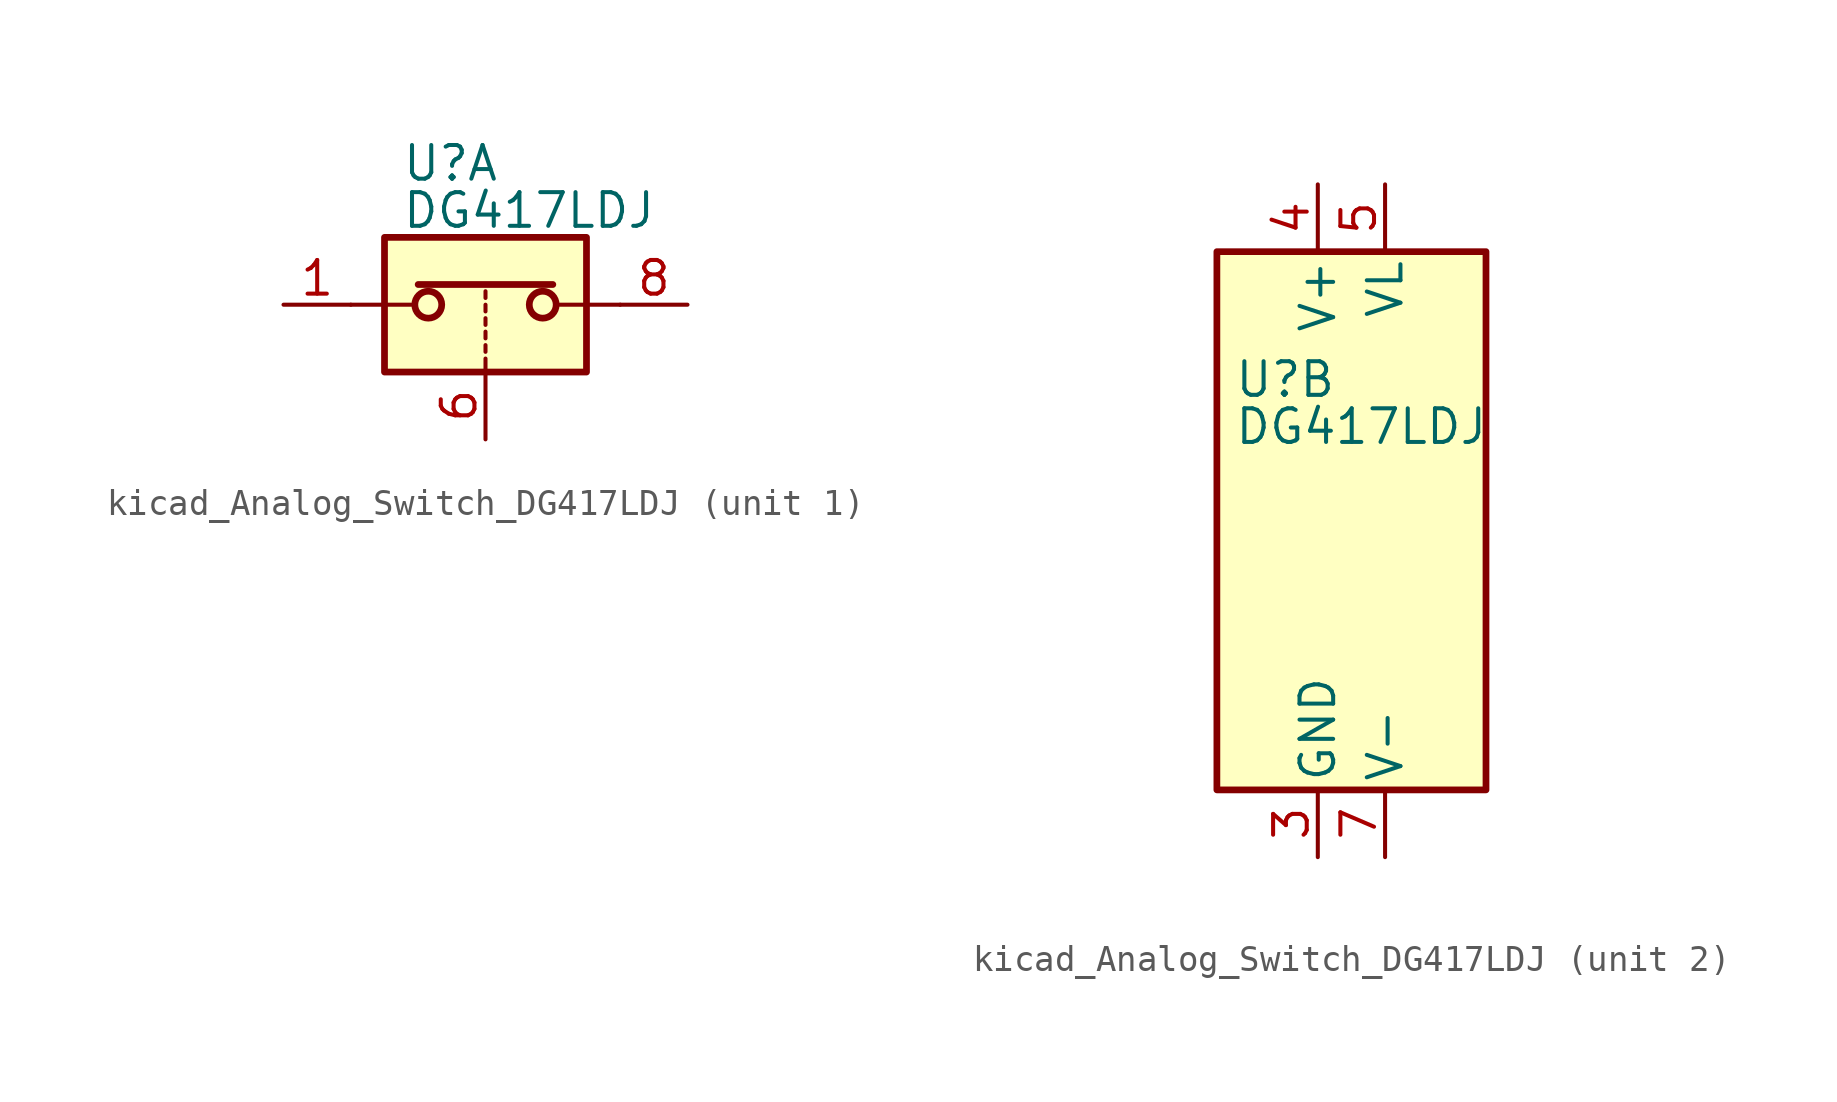
<source format=kicad_sym>
(kicad_symbol_lib
  (version 20220914)
  (generator kicad_symbol_editor)
  (symbol "kicad_Analog_Switch_DG417LDJ"
    (pin_names
      (offset 0.254))
    (property "Reference" "U"
      (at -3.175 5.334 0)
      (effects (font (size 1.27 1.27)) (justify left)))
    (property "Value" "DG417LDJ"
      (at -3.175 3.556 0)
      (effects (font (size 1.27 1.27)) (justify left)))
    (symbol "kicad_Analog_Switch_DG417LDJ_1_1"
      (rectangle (start -3.81 2.54) (end 3.81 -2.54) (stroke (width 0.254) (type default)) (fill (type background)))
      (circle (center -2.159 0) (radius 0.508) (stroke (width 0.254) (type default)) (fill (type none)))
      (polyline (pts (xy -5.08 0) (xy -2.794 0)) (stroke (width 0) (type default)) (fill (type none)))
      (polyline (pts (xy -2.54 0.762) (xy 2.54 0.762)) (stroke (width 0.254) (type default)) (fill (type none)))
      (polyline (pts (xy 0 -2.54) (xy 0 -2.032)) (stroke (width 0) (type default)) (fill (type none)))
      (polyline (pts (xy 0 -1.778) (xy 0 -1.524)) (stroke (width 0) (type default)) (fill (type none)))
      (polyline (pts (xy 0 -1.27) (xy 0 -1.016)) (stroke (width 0) (type default)) (fill (type none)))
      (polyline (pts (xy 0 -0.762) (xy 0 -0.508)) (stroke (width 0) (type default)) (fill (type none)))
      (polyline (pts (xy 0 -0.254) (xy 0 0)) (stroke (width 0) (type default)) (fill (type none)))
      (polyline (pts (xy 0 0.254) (xy 0 0.508)) (stroke (width 0) (type default)) (fill (type none)))
      (polyline (pts (xy 5.08 0) (xy 2.794 0)) (stroke (width 0) (type default)) (fill (type none)))
      (circle (center 2.159 0) (radius 0.508) (stroke (width 0.254) (type default)) (fill (type none)))
      (pin passive line (at -7.62 0 0) (length 2.54) (name "~" (effects (font (size 1.27 1.27)))) (number "1" (effects (font (size 1.27 1.27)))))
      (pin input line (at 0 -5.08 90) (length 2.54) (name "~" (effects (font (size 1.27 1.27)))) (number "6" (effects (font (size 1.27 1.27)))))
      (pin passive line (at 7.62 0 180) (length 2.54) (name "~" (effects (font (size 1.27 1.27)))) (number "8" (effects (font (size 1.27 1.27))))))
    (symbol "kicad_Analog_Switch_DG417LDJ_2_0"
      (pin no_connect line (at -2.54 10.16 270) (length 2.54) hide (name "NC" (effects (font (size 1.27 1.27)))) (number "2" (effects (font (size 1.27 1.27)))))
      (pin power_in line (at 0 -12.7 90) (length 2.54) (name "GND" (effects (font (size 1.27 1.27)))) (number "3" (effects (font (size 1.27 1.27)))))
      (pin power_in line (at 0 12.7 270) (length 2.54) (name "V+" (effects (font (size 1.27 1.27)))) (number "4" (effects (font (size 1.27 1.27)))))
      (pin power_in line (at 2.54 12.7 270) (length 2.54) (name "VL" (effects (font (size 1.27 1.27)))) (number "5" (effects (font (size 1.27 1.27)))))
      (pin power_in line (at 2.54 -12.7 90) (length 2.54) (name "V-" (effects (font (size 1.27 1.27)))) (number "7" (effects (font (size 1.27 1.27))))))
    (symbol "kicad_Analog_Switch_DG417LDJ_2_1"
      (rectangle (start -3.81 10.16) (end 6.35 -10.16) (stroke (width 0.254) (type default)) (fill (type background))))))
</source>
